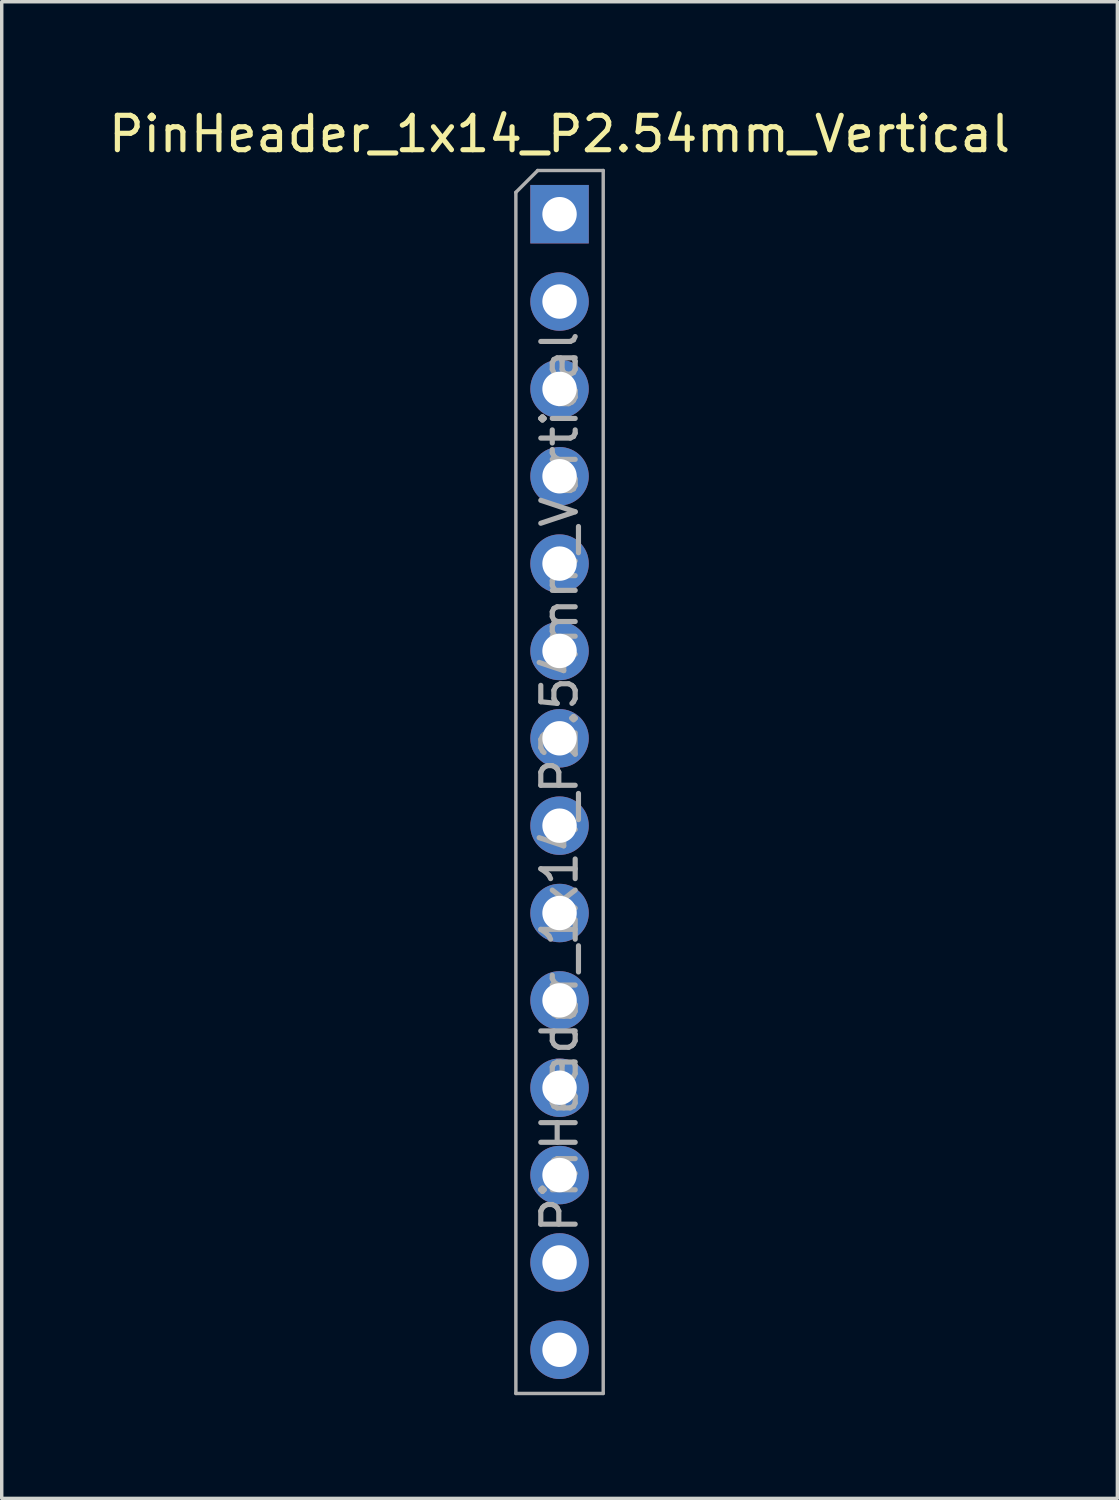
<source format=kicad_pcb>
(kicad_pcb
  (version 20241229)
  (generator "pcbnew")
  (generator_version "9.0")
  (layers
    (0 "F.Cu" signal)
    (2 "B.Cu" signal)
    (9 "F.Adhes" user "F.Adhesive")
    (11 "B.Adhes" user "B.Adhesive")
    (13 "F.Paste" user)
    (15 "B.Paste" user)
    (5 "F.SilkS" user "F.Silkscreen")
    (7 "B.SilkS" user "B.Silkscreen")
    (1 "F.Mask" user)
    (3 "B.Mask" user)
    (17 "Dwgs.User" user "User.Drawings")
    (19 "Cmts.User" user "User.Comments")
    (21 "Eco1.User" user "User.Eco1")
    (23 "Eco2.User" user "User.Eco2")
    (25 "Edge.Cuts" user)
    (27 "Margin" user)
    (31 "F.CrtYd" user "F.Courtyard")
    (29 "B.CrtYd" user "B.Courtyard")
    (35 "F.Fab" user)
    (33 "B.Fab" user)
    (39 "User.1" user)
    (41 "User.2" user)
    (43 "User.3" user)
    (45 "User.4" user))
  (footprint "PinHeader_1x14_P2.54mm_Vertical"
    (layer "F.Cu")
    (at 13.22 3.178)
    (property "Reference" "PinHeader_1x14_P2.54mm_Vertical" (at 0 -2.33 0) (layer "F.SilkS") (effects (font (size 1 1) (thickness 0.15))))
    (attr through_hole)
    (fp_line (start -1.27 -0.635) (end -0.635 -1.27) (stroke (width 0.1) (type solid)) (layer "F.Fab"))
    (fp_line (start -1.27 34.29) (end -1.27 -0.635) (stroke (width 0.1) (type solid)) (layer "F.Fab"))
    (fp_line (start -0.635 -1.27) (end 1.27 -1.27) (stroke (width 0.1) (type solid)) (layer "F.Fab"))
    (fp_line (start 1.27 -1.27) (end 1.27 34.29) (stroke (width 0.1) (type solid)) (layer "F.Fab"))
    (fp_line (start 1.27 34.29) (end -1.27 34.29) (stroke (width 0.1) (type solid)) (layer "F.Fab"))
    (fp_text user "${REFERENCE}" (at 0 16.51 90) (layer "F.Fab") (effects (font (size 1 1) (thickness 0.15))))
    (pad "1" thru_hole rect (at 0 0) (size 1.7 1.7) (drill 1) (layers "*.Cu" "*.Mask"))
    (pad "2" thru_hole oval (at 0 2.54) (size 1.7 1.7) (drill 1) (layers "*.Cu" "*.Mask"))
    (pad "3" thru_hole oval (at 0 5.08) (size 1.7 1.7) (drill 1) (layers "*.Cu" "*.Mask"))
    (pad "4" thru_hole oval (at 0 7.62) (size 1.7 1.7) (drill 1) (layers "*.Cu" "*.Mask"))
    (pad "5" thru_hole oval (at 0 10.16) (size 1.7 1.7) (drill 1) (layers "*.Cu" "*.Mask"))
    (pad "6" thru_hole oval (at 0 12.7) (size 1.7 1.7) (drill 1) (layers "*.Cu" "*.Mask"))
    (pad "7" thru_hole oval (at 0 15.24) (size 1.7 1.7) (drill 1) (layers "*.Cu" "*.Mask"))
    (pad "8" thru_hole oval (at 0 17.78) (size 1.7 1.7) (drill 1) (layers "*.Cu" "*.Mask"))
    (pad "9" thru_hole oval (at 0 20.32) (size 1.7 1.7) (drill 1) (layers "*.Cu" "*.Mask"))
    (pad "10" thru_hole oval (at 0 22.86) (size 1.7 1.7) (drill 1) (layers "*.Cu" "*.Mask"))
    (pad "11" thru_hole oval (at 0 25.4) (size 1.7 1.7) (drill 1) (layers "*.Cu" "*.Mask"))
    (pad "12" thru_hole oval (at 0 27.94) (size 1.7 1.7) (drill 1) (layers "*.Cu" "*.Mask"))
    (pad "13" thru_hole oval (at 0 30.48) (size 1.7 1.7) (drill 1) (layers "*.Cu" "*.Mask"))
    (pad "14" thru_hole oval (at 0 33.02) (size 1.7 1.7) (drill 1) (layers "*.Cu" "*.Mask")))
  (gr_rect
    (start -3 -3)
    (end 29.44 40.518)
    (stroke (width 0.1) (type default))
    (fill no)
    (layer "Edge.Cuts")))
</source>
